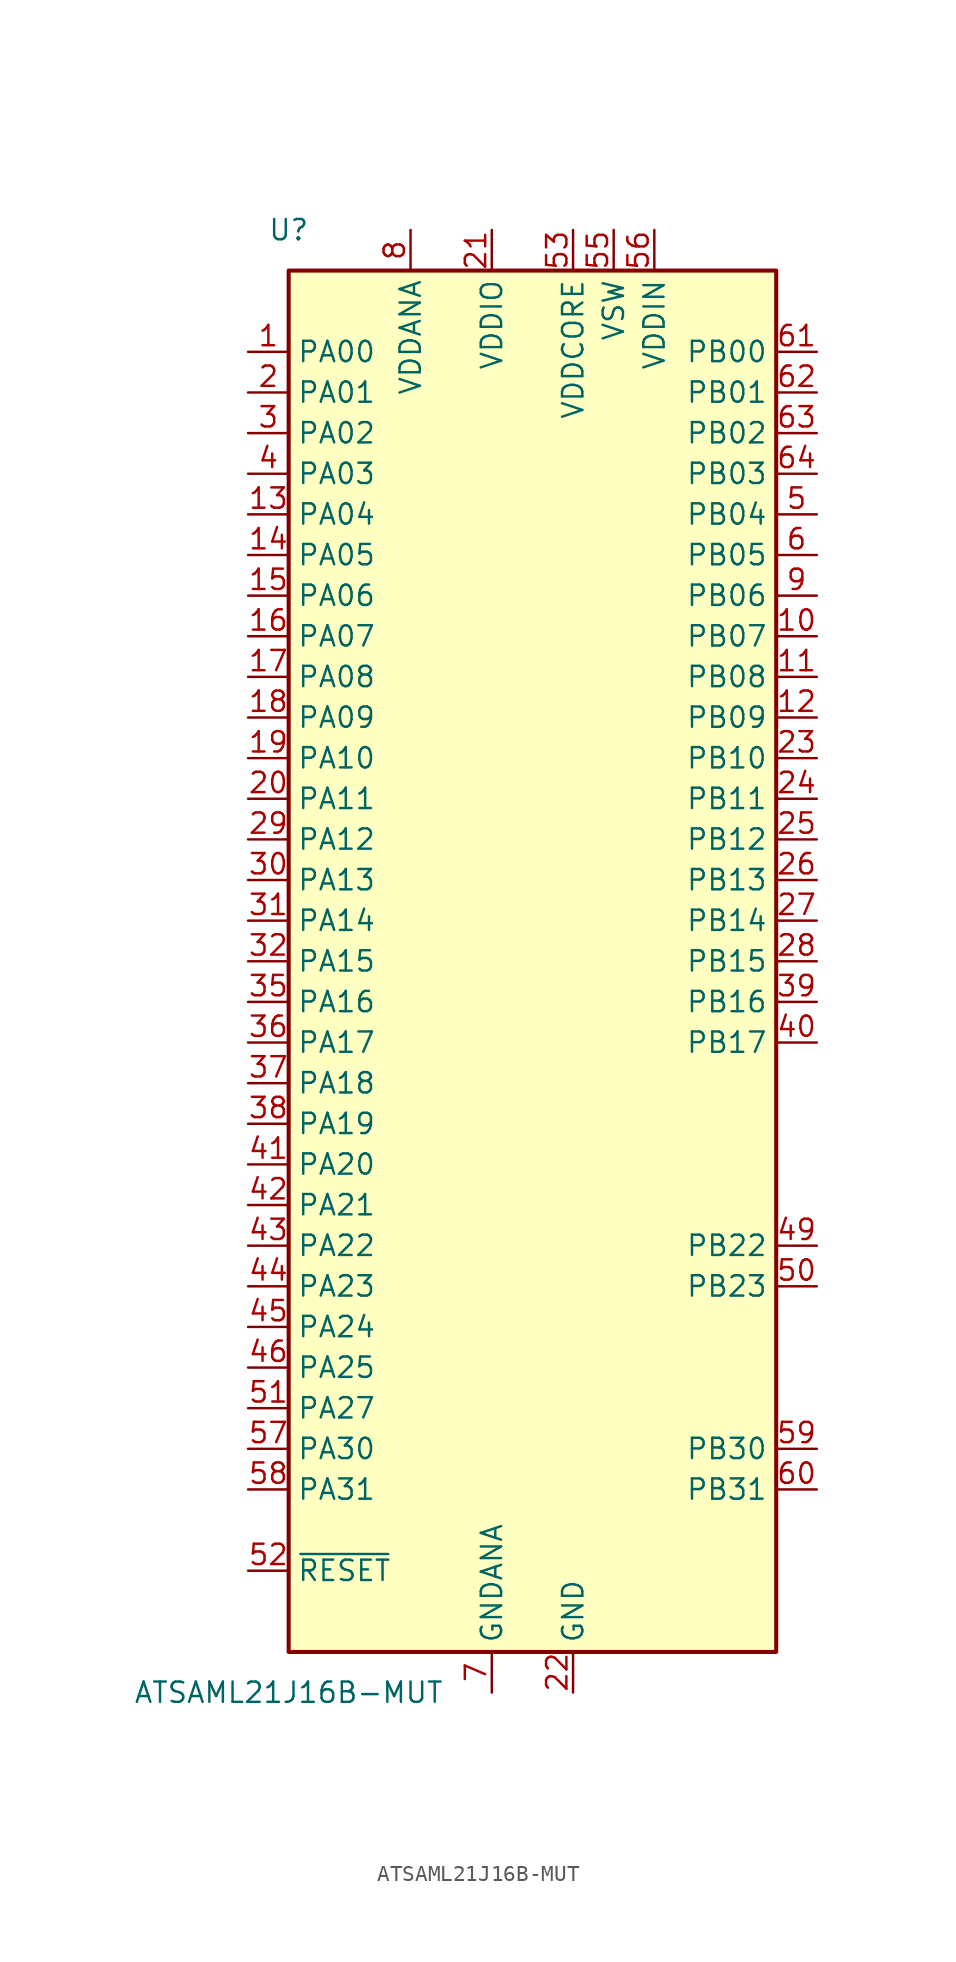
<source format=kicad_sym>
(kicad_symbol_lib
  (version 20231120)
  (generator "kicad_symbol_editor")
  (generator_version "8.0")
  (symbol "ATSAML21J16B-MUT"
    (property "Reference" "U"
      (at -15.24 45.72 0)
      (effects (font (size 1.27 1.27))))
    (property "Value" "ATSAML21J16B-MUT"
      (at -15.24 -45.72 0)
      (effects (font (size 1.27 1.27))))
    (symbol "ATSAML21J16B-MUT_0_1"
      (rectangle (start -15.24 43.18) (end 15.24 -43.18) (stroke (width 0.254) (type default)) (fill (type background))))
    (symbol "ATSAML21J16B-MUT_1_1"
      (pin bidirectional line (at -17.78 38.1 0) (length 2.54) (name "PA00" (effects (font (size 1.27 1.27)))) (number "1" (effects (font (size 1.27 1.27)))))
      (pin bidirectional line (at 17.78 20.32 180) (length 2.54) (name "PB07" (effects (font (size 1.27 1.27)))) (number "10" (effects (font (size 1.27 1.27)))))
      (pin bidirectional line (at 17.78 17.78 180) (length 2.54) (name "PB08" (effects (font (size 1.27 1.27)))) (number "11" (effects (font (size 1.27 1.27)))))
      (pin bidirectional line (at 17.78 15.24 180) (length 2.54) (name "PB09" (effects (font (size 1.27 1.27)))) (number "12" (effects (font (size 1.27 1.27)))))
      (pin bidirectional line (at -17.78 27.94 0) (length 2.54) (name "PA04" (effects (font (size 1.27 1.27)))) (number "13" (effects (font (size 1.27 1.27)))))
      (pin bidirectional line (at -17.78 25.4 0) (length 2.54) (name "PA05" (effects (font (size 1.27 1.27)))) (number "14" (effects (font (size 1.27 1.27)))))
      (pin bidirectional line (at -17.78 22.86 0) (length 2.54) (name "PA06" (effects (font (size 1.27 1.27)))) (number "15" (effects (font (size 1.27 1.27)))))
      (pin bidirectional line (at -17.78 20.32 0) (length 2.54) (name "PA07" (effects (font (size 1.27 1.27)))) (number "16" (effects (font (size 1.27 1.27)))))
      (pin bidirectional line (at -17.78 17.78 0) (length 2.54) (name "PA08" (effects (font (size 1.27 1.27)))) (number "17" (effects (font (size 1.27 1.27)))))
      (pin bidirectional line (at -17.78 15.24 0) (length 2.54) (name "PA09" (effects (font (size 1.27 1.27)))) (number "18" (effects (font (size 1.27 1.27)))))
      (pin bidirectional line (at -17.78 12.7 0) (length 2.54) (name "PA10" (effects (font (size 1.27 1.27)))) (number "19" (effects (font (size 1.27 1.27)))))
      (pin bidirectional line (at -17.78 35.56 0) (length 2.54) (name "PA01" (effects (font (size 1.27 1.27)))) (number "2" (effects (font (size 1.27 1.27)))))
      (pin bidirectional line (at -17.78 10.16 0) (length 2.54) (name "PA11" (effects (font (size 1.27 1.27)))) (number "20" (effects (font (size 1.27 1.27)))))
      (pin power_in line (at -2.54 45.72 270) (length 2.54) (name "VDDIO" (effects (font (size 1.27 1.27)))) (number "21" (effects (font (size 1.27 1.27)))))
      (pin power_in line (at 2.54 -45.72 90) (length 2.54) (name "GND" (effects (font (size 1.27 1.27)))) (number "22" (effects (font (size 1.27 1.27)))))
      (pin bidirectional line (at 17.78 12.7 180) (length 2.54) (name "PB10" (effects (font (size 1.27 1.27)))) (number "23" (effects (font (size 1.27 1.27)))))
      (pin bidirectional line (at 17.78 10.16 180) (length 2.54) (name "PB11" (effects (font (size 1.27 1.27)))) (number "24" (effects (font (size 1.27 1.27)))))
      (pin bidirectional line (at 17.78 7.62 180) (length 2.54) (name "PB12" (effects (font (size 1.27 1.27)))) (number "25" (effects (font (size 1.27 1.27)))))
      (pin bidirectional line (at 17.78 5.08 180) (length 2.54) (name "PB13" (effects (font (size 1.27 1.27)))) (number "26" (effects (font (size 1.27 1.27)))))
      (pin bidirectional line (at 17.78 2.54 180) (length 2.54) (name "PB14" (effects (font (size 1.27 1.27)))) (number "27" (effects (font (size 1.27 1.27)))))
      (pin bidirectional line (at 17.78 0 180) (length 2.54) (name "PB15" (effects (font (size 1.27 1.27)))) (number "28" (effects (font (size 1.27 1.27)))))
      (pin bidirectional line (at -17.78 7.62 0) (length 2.54) (name "PA12" (effects (font (size 1.27 1.27)))) (number "29" (effects (font (size 1.27 1.27)))))
      (pin bidirectional line (at -17.78 33.02 0) (length 2.54) (name "PA02" (effects (font (size 1.27 1.27)))) (number "3" (effects (font (size 1.27 1.27)))))
      (pin bidirectional line (at -17.78 5.08 0) (length 2.54) (name "PA13" (effects (font (size 1.27 1.27)))) (number "30" (effects (font (size 1.27 1.27)))))
      (pin bidirectional line (at -17.78 2.54 0) (length 2.54) (name "PA14" (effects (font (size 1.27 1.27)))) (number "31" (effects (font (size 1.27 1.27)))))
      (pin bidirectional line (at -17.78 0 0) (length 2.54) (name "PA15" (effects (font (size 1.27 1.27)))) (number "32" (effects (font (size 1.27 1.27)))))
      (pin passive line (at 2.54 -45.72 90) (length 2.54) hide (name "GND" (effects (font (size 1.27 1.27)))) (number "33" (effects (font (size 1.27 1.27)))))
      (pin passive line (at -2.54 45.72 270) (length 2.54) hide (name "VDDIO" (effects (font (size 1.27 1.27)))) (number "34" (effects (font (size 1.27 1.27)))))
      (pin bidirectional line (at -17.78 -2.54 0) (length 2.54) (name "PA16" (effects (font (size 1.27 1.27)))) (number "35" (effects (font (size 1.27 1.27)))))
      (pin bidirectional line (at -17.78 -5.08 0) (length 2.54) (name "PA17" (effects (font (size 1.27 1.27)))) (number "36" (effects (font (size 1.27 1.27)))))
      (pin bidirectional line (at -17.78 -7.62 0) (length 2.54) (name "PA18" (effects (font (size 1.27 1.27)))) (number "37" (effects (font (size 1.27 1.27)))))
      (pin bidirectional line (at -17.78 -10.16 0) (length 2.54) (name "PA19" (effects (font (size 1.27 1.27)))) (number "38" (effects (font (size 1.27 1.27)))))
      (pin bidirectional line (at 17.78 -2.54 180) (length 2.54) (name "PB16" (effects (font (size 1.27 1.27)))) (number "39" (effects (font (size 1.27 1.27)))))
      (pin bidirectional line (at -17.78 30.48 0) (length 2.54) (name "PA03" (effects (font (size 1.27 1.27)))) (number "4" (effects (font (size 1.27 1.27)))))
      (pin bidirectional line (at 17.78 -5.08 180) (length 2.54) (name "PB17" (effects (font (size 1.27 1.27)))) (number "40" (effects (font (size 1.27 1.27)))))
      (pin bidirectional line (at -17.78 -12.7 0) (length 2.54) (name "PA20" (effects (font (size 1.27 1.27)))) (number "41" (effects (font (size 1.27 1.27)))))
      (pin bidirectional line (at -17.78 -15.24 0) (length 2.54) (name "PA21" (effects (font (size 1.27 1.27)))) (number "42" (effects (font (size 1.27 1.27)))))
      (pin bidirectional line (at -17.78 -17.78 0) (length 2.54) (name "PA22" (effects (font (size 1.27 1.27)))) (number "43" (effects (font (size 1.27 1.27)))))
      (pin bidirectional line (at -17.78 -20.32 0) (length 2.54) (name "PA23" (effects (font (size 1.27 1.27)))) (number "44" (effects (font (size 1.27 1.27)))))
      (pin bidirectional line (at -17.78 -22.86 0) (length 2.54) (name "PA24" (effects (font (size 1.27 1.27)))) (number "45" (effects (font (size 1.27 1.27)))))
      (pin bidirectional line (at -17.78 -25.4 0) (length 2.54) (name "PA25" (effects (font (size 1.27 1.27)))) (number "46" (effects (font (size 1.27 1.27)))))
      (pin passive line (at 2.54 -45.72 90) (length 2.54) hide (name "GND" (effects (font (size 1.27 1.27)))) (number "47" (effects (font (size 1.27 1.27)))))
      (pin passive line (at -2.54 45.72 270) (length 2.54) hide (name "VDDIO" (effects (font (size 1.27 1.27)))) (number "48" (effects (font (size 1.27 1.27)))))
      (pin bidirectional line (at 17.78 -17.78 180) (length 2.54) (name "PB22" (effects (font (size 1.27 1.27)))) (number "49" (effects (font (size 1.27 1.27)))))
      (pin bidirectional line (at 17.78 27.94 180) (length 2.54) (name "PB04" (effects (font (size 1.27 1.27)))) (number "5" (effects (font (size 1.27 1.27)))))
      (pin bidirectional line (at 17.78 -20.32 180) (length 2.54) (name "PB23" (effects (font (size 1.27 1.27)))) (number "50" (effects (font (size 1.27 1.27)))))
      (pin bidirectional line (at -17.78 -27.94 0) (length 2.54) (name "PA27" (effects (font (size 1.27 1.27)))) (number "51" (effects (font (size 1.27 1.27)))))
      (pin input line (at -17.78 -38.1 0) (length 2.54) (name "~{RESET}" (effects (font (size 1.27 1.27)))) (number "52" (effects (font (size 1.27 1.27)))))
      (pin power_in line (at 2.54 45.72 270) (length 2.54) (name "VDDCORE" (effects (font (size 1.27 1.27)))) (number "53" (effects (font (size 1.27 1.27)))))
      (pin passive line (at 2.54 -45.72 90) (length 2.54) hide (name "GND" (effects (font (size 1.27 1.27)))) (number "54" (effects (font (size 1.27 1.27)))))
      (pin power_out line (at 5.08 45.72 270) (length 2.54) (name "VSW" (effects (font (size 1.27 1.27)))) (number "55" (effects (font (size 1.27 1.27)))))
      (pin power_in line (at 7.62 45.72 270) (length 2.54) (name "VDDIN" (effects (font (size 1.27 1.27)))) (number "56" (effects (font (size 1.27 1.27)))))
      (pin bidirectional line (at -17.78 -30.48 0) (length 2.54) (name "PA30" (effects (font (size 1.27 1.27)))) (number "57" (effects (font (size 1.27 1.27)))))
      (pin bidirectional line (at -17.78 -33.02 0) (length 2.54) (name "PA31" (effects (font (size 1.27 1.27)))) (number "58" (effects (font (size 1.27 1.27)))))
      (pin bidirectional line (at 17.78 -30.48 180) (length 2.54) (name "PB30" (effects (font (size 1.27 1.27)))) (number "59" (effects (font (size 1.27 1.27)))))
      (pin bidirectional line (at 17.78 25.4 180) (length 2.54) (name "PB05" (effects (font (size 1.27 1.27)))) (number "6" (effects (font (size 1.27 1.27)))))
      (pin bidirectional line (at 17.78 -33.02 180) (length 2.54) (name "PB31" (effects (font (size 1.27 1.27)))) (number "60" (effects (font (size 1.27 1.27)))))
      (pin bidirectional line (at 17.78 38.1 180) (length 2.54) (name "PB00" (effects (font (size 1.27 1.27)))) (number "61" (effects (font (size 1.27 1.27)))))
      (pin bidirectional line (at 17.78 35.56 180) (length 2.54) (name "PB01" (effects (font (size 1.27 1.27)))) (number "62" (effects (font (size 1.27 1.27)))))
      (pin bidirectional line (at 17.78 33.02 180) (length 2.54) (name "PB02" (effects (font (size 1.27 1.27)))) (number "63" (effects (font (size 1.27 1.27)))))
      (pin bidirectional line (at 17.78 30.48 180) (length 2.54) (name "PB03" (effects (font (size 1.27 1.27)))) (number "64" (effects (font (size 1.27 1.27)))))
      (pin passive line (at 2.54 -45.72 90) (length 2.54) hide (name "GND" (effects (font (size 1.27 1.27)))) (number "65" (effects (font (size 1.27 1.27)))))
      (pin power_in line (at -2.54 -45.72 90) (length 2.54) (name "GNDANA" (effects (font (size 1.27 1.27)))) (number "7" (effects (font (size 1.27 1.27)))))
      (pin power_in line (at -7.62 45.72 270) (length 2.54) (name "VDDANA" (effects (font (size 1.27 1.27)))) (number "8" (effects (font (size 1.27 1.27)))))
      (pin bidirectional line (at 17.78 22.86 180) (length 2.54) (name "PB06" (effects (font (size 1.27 1.27)))) (number "9" (effects (font (size 1.27 1.27))))))))
</source>
